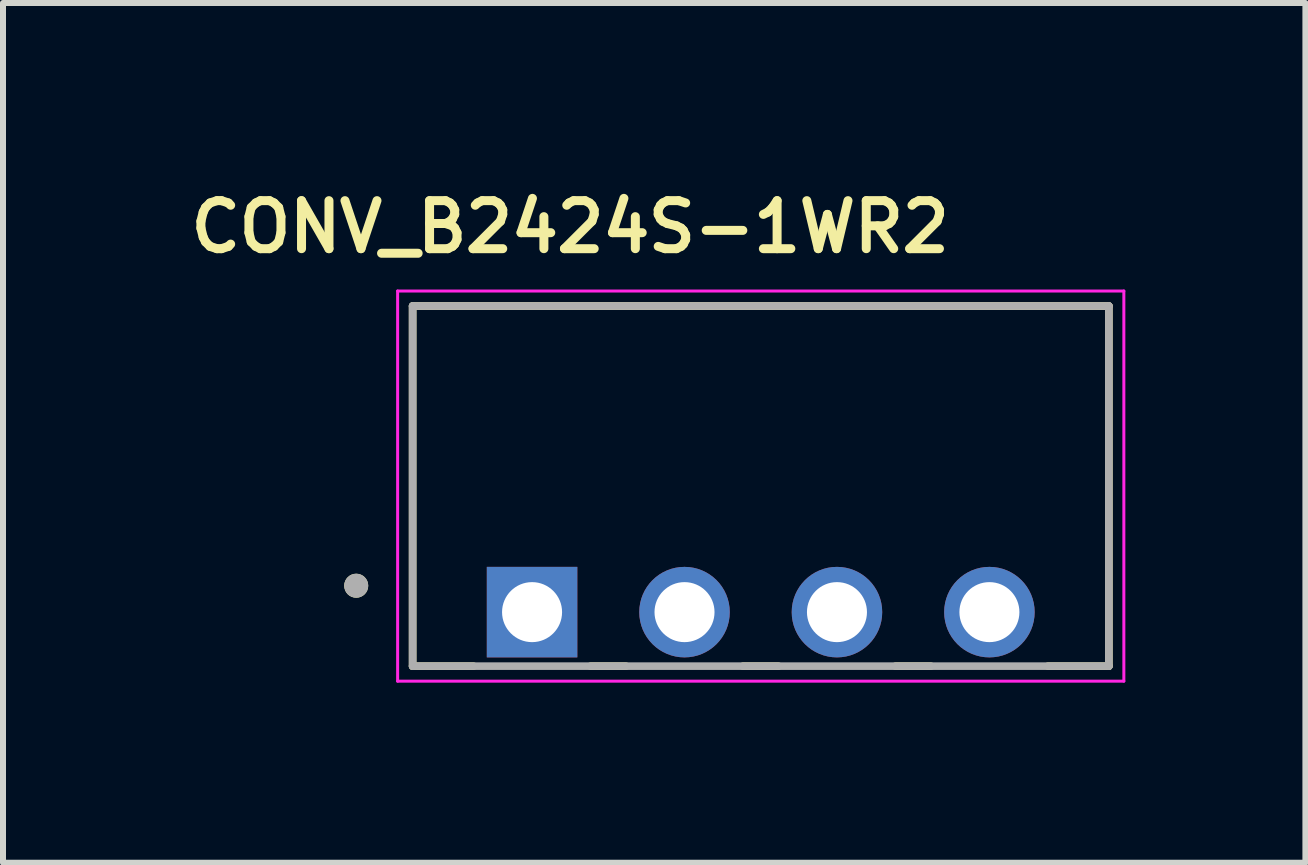
<source format=kicad_pcb>
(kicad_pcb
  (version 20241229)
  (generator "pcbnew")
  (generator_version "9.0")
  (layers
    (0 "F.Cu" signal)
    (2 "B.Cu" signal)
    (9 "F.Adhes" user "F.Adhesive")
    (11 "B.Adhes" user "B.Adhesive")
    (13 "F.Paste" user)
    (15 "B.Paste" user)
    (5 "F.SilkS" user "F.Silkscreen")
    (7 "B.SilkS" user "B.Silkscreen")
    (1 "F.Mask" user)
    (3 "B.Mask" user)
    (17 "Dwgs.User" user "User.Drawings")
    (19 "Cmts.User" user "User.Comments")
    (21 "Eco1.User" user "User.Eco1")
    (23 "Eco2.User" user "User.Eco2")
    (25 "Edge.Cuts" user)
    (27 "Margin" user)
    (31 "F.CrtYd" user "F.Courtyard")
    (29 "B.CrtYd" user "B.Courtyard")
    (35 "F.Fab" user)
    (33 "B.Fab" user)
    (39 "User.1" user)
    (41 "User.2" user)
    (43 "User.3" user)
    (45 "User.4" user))
  (footprint "CONV_B2424S-1WR2"
    (layer "F.Cu")
    (at 9.625 5.049)
    (property "Reference" "CONV_B2424S-1WR2" (at -3.175 -4.318 0) (layer "F.SilkS") (effects (font (size 0.8 0.8) (thickness 0.15))))
    (attr through_hole)
    (fp_line (start -5.8 -3) (end -5.8 3) (stroke (width 0.127) (type solid)) (layer "F.SilkS"))
    (fp_line (start -5.8 3) (end -4.785 3) (stroke (width 0.127) (type solid)) (layer "F.SilkS"))
    (fp_line (start -2.835 3) (end -2.245 3) (stroke (width 0.127) (type solid)) (layer "F.SilkS"))
    (fp_line (start -0.295 3) (end 0.295 3) (stroke (width 0.127) (type solid)) (layer "F.SilkS"))
    (fp_line (start 2.245 3) (end 2.835 3) (stroke (width 0.127) (type solid)) (layer "F.SilkS"))
    (fp_line (start 4.785 3) (end 5.8 3) (stroke (width 0.127) (type solid)) (layer "F.SilkS"))
    (fp_line (start 5.8 -3) (end -5.8 -3) (stroke (width 0.127) (type solid)) (layer "F.SilkS"))
    (fp_line (start 5.8 3) (end 5.8 -3) (stroke (width 0.127) (type solid)) (layer "F.SilkS"))
    (fp_circle (center -6.74 1.66) (end -6.64 1.66) (stroke (width 0.2) (type solid)) (fill no) (layer "F.SilkS"))
    (fp_line (start -6.05 -3.25) (end 6.05 -3.25) (stroke (width 0.05) (type solid)) (layer "F.CrtYd"))
    (fp_line (start -6.05 3.25) (end -6.05 -3.25) (stroke (width 0.05) (type solid)) (layer "F.CrtYd"))
    (fp_line (start 6.05 -3.25) (end 6.05 3.25) (stroke (width 0.05) (type solid)) (layer "F.CrtYd"))
    (fp_line (start 6.05 3.25) (end -6.05 3.25) (stroke (width 0.05) (type solid)) (layer "F.CrtYd"))
    (fp_line (start -5.8 -3) (end -5.8 3) (stroke (width 0.127) (type solid)) (layer "F.Fab"))
    (fp_line (start -5.8 3) (end 5.8 3) (stroke (width 0.127) (type solid)) (layer "F.Fab"))
    (fp_line (start 5.8 -3) (end -5.8 -3) (stroke (width 0.127) (type solid)) (layer "F.Fab"))
    (fp_line (start 5.8 3) (end 5.8 -3) (stroke (width 0.127) (type solid)) (layer "F.Fab"))
    (fp_circle (center -6.74 1.66) (end -6.64 1.66) (stroke (width 0.2) (type solid)) (fill no) (layer "F.Fab"))
    (pad "1" thru_hole rect (at -3.81 2.1) (size 1.508 1.508) (drill 1) (layers "*.Cu" "*.Mask"))
    (pad "2" thru_hole circle (at -1.27 2.1) (size 1.508 1.508) (drill 1) (layers "*.Cu" "*.Mask"))
    (pad "3" thru_hole circle (at 1.27 2.1) (size 1.508 1.508) (drill 1) (layers "*.Cu" "*.Mask"))
    (pad "4" thru_hole circle (at 3.81 2.1) (size 1.508 1.508) (drill 1) (layers "*.Cu" "*.Mask")))
  (gr_rect
    (start -3 -3)
    (end 18.7 11.324)
    (stroke (width 0.1) (type default))
    (fill no)
    (layer "Edge.Cuts")))
</source>
